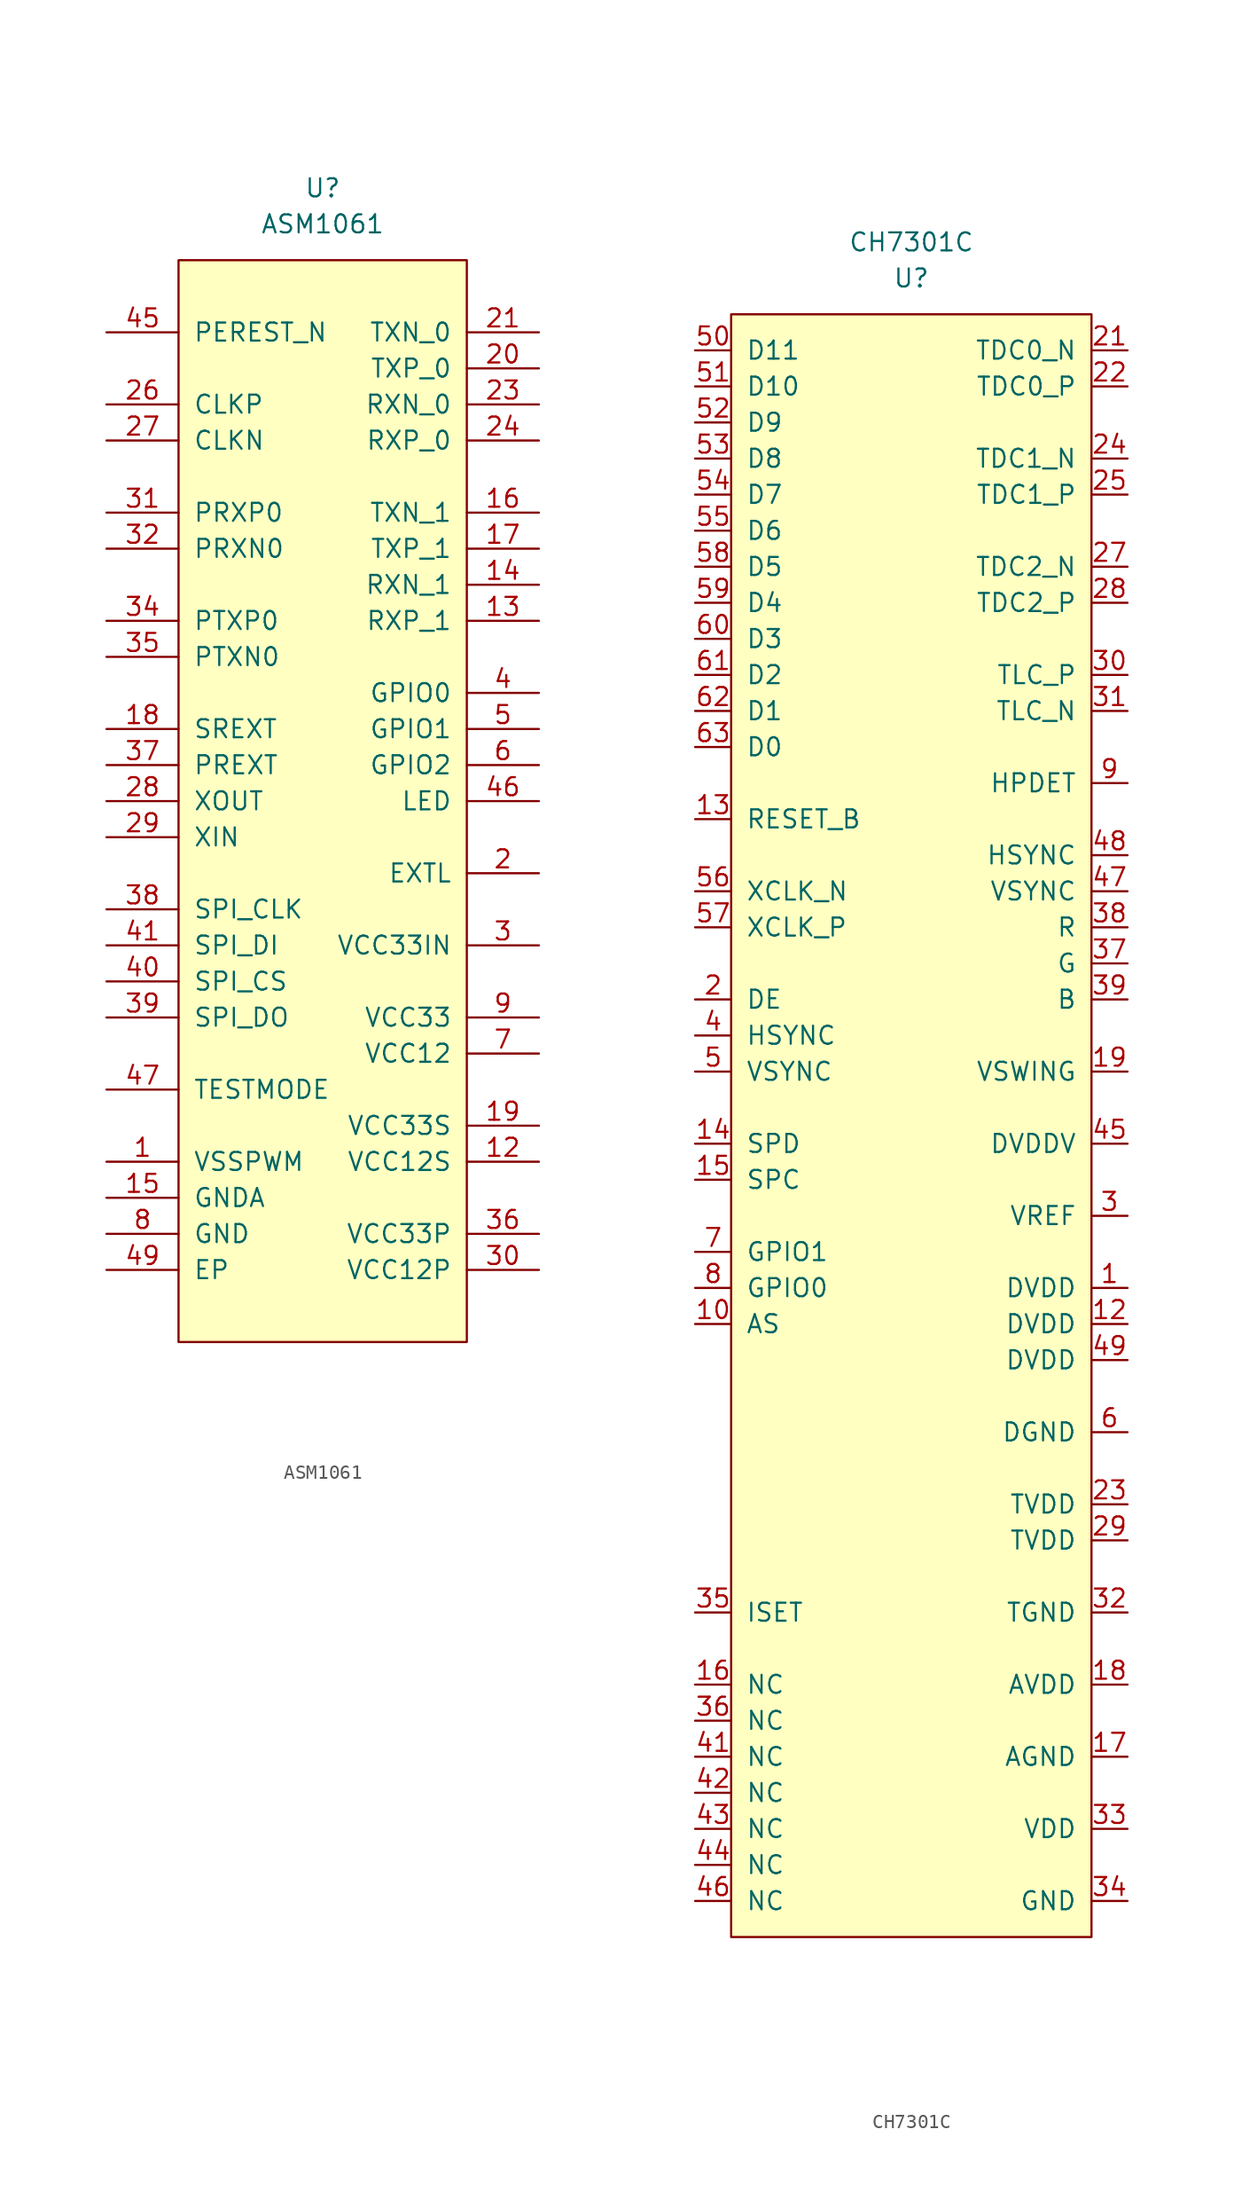
<source format=kicad_sym>
(kicad_symbol_lib
  (version 20211014)
  (generator kicad_symbol_editor)
  (symbol "ASM1061"
    (pin_names
      (offset 1.016))
    (property "Reference" "U"
      (at 0 0 0)
      (effects (font (size 1.27 1.27))))
    (property "Value" "ASM1061"
      (at 0 -2.54 0)
      (effects (font (size 1.27 1.27))))
    (symbol "ASM1061_0_1"
      (rectangle (start -10.16 -5.08) (end 10.16 -81.28) (stroke (width 0) (type default) (color 0 0 0 0)) (fill (type background))))
    (symbol "ASM1061_1_1"
      (pin power_in line (at -15.24 -68.58 0) (length 5.08) (name "VSSPWM" (effects (font (size 1.27 1.27)))) (number "1" (effects (font (size 1.27 1.27)))))
      (pin power_in line (at -15.24 -73.66 0) (length 5.08) hide (name "GND" (effects (font (size 1.27 1.27)))) (number "10" (effects (font (size 1.27 1.27)))))
      (pin power_in line (at 15.24 -60.96 180) (length 5.08) hide (name "VCC12" (effects (font (size 1.27 1.27)))) (number "11" (effects (font (size 1.27 1.27)))))
      (pin power_in line (at 15.24 -68.58 180) (length 5.08) (name "VCC12S" (effects (font (size 1.27 1.27)))) (number "12" (effects (font (size 1.27 1.27)))))
      (pin input line (at 15.24 -30.48 180) (length 5.08) (name "RXP_1" (effects (font (size 1.27 1.27)))) (number "13" (effects (font (size 1.27 1.27)))))
      (pin input line (at 15.24 -27.94 180) (length 5.08) (name "RXN_1" (effects (font (size 1.27 1.27)))) (number "14" (effects (font (size 1.27 1.27)))))
      (pin power_in line (at -15.24 -71.12 0) (length 5.08) (name "GNDA" (effects (font (size 1.27 1.27)))) (number "15" (effects (font (size 1.27 1.27)))))
      (pin output line (at 15.24 -22.86 180) (length 5.08) (name "TXN_1" (effects (font (size 1.27 1.27)))) (number "16" (effects (font (size 1.27 1.27)))))
      (pin output line (at 15.24 -25.4 180) (length 5.08) (name "TXP_1" (effects (font (size 1.27 1.27)))) (number "17" (effects (font (size 1.27 1.27)))))
      (pin bidirectional line (at -15.24 -38.1 0) (length 5.08) (name "SREXT" (effects (font (size 1.27 1.27)))) (number "18" (effects (font (size 1.27 1.27)))))
      (pin power_in line (at 15.24 -66.04 180) (length 5.08) (name "VCC33S" (effects (font (size 1.27 1.27)))) (number "19" (effects (font (size 1.27 1.27)))))
      (pin power_out line (at 15.24 -48.26 180) (length 5.08) (name "EXTL" (effects (font (size 1.27 1.27)))) (number "2" (effects (font (size 1.27 1.27)))))
      (pin output line (at 15.24 -12.7 180) (length 5.08) (name "TXP_0" (effects (font (size 1.27 1.27)))) (number "20" (effects (font (size 1.27 1.27)))))
      (pin output line (at 15.24 -10.16 180) (length 5.08) (name "TXN_0" (effects (font (size 1.27 1.27)))) (number "21" (effects (font (size 1.27 1.27)))))
      (pin power_in line (at -15.24 -71.12 0) (length 5.08) hide (name "GNDA" (effects (font (size 1.27 1.27)))) (number "22" (effects (font (size 1.27 1.27)))))
      (pin input line (at 15.24 -15.24 180) (length 5.08) (name "RXN_0" (effects (font (size 1.27 1.27)))) (number "23" (effects (font (size 1.27 1.27)))))
      (pin input line (at 15.24 -17.78 180) (length 5.08) (name "RXP_0" (effects (font (size 1.27 1.27)))) (number "24" (effects (font (size 1.27 1.27)))))
      (pin power_in line (at 15.24 -68.58 180) (length 5.08) hide (name "VCC12S" (effects (font (size 1.27 1.27)))) (number "25" (effects (font (size 1.27 1.27)))))
      (pin input line (at -15.24 -15.24 0) (length 5.08) (name "CLKP" (effects (font (size 1.27 1.27)))) (number "26" (effects (font (size 1.27 1.27)))))
      (pin input line (at -15.24 -17.78 0) (length 5.08) (name "CLKN" (effects (font (size 1.27 1.27)))) (number "27" (effects (font (size 1.27 1.27)))))
      (pin output line (at -15.24 -43.18 0) (length 5.08) (name "XOUT" (effects (font (size 1.27 1.27)))) (number "28" (effects (font (size 1.27 1.27)))))
      (pin input line (at -15.24 -45.72 0) (length 5.08) (name "XIN" (effects (font (size 1.27 1.27)))) (number "29" (effects (font (size 1.27 1.27)))))
      (pin input line (at 15.24 -53.34 180) (length 5.08) (name "VCC33IN" (effects (font (size 1.27 1.27)))) (number "3" (effects (font (size 1.27 1.27)))))
      (pin power_in line (at 15.24 -76.2 180) (length 5.08) (name "VCC12P" (effects (font (size 1.27 1.27)))) (number "30" (effects (font (size 1.27 1.27)))))
      (pin input line (at -15.24 -22.86 0) (length 5.08) (name "PRXP0" (effects (font (size 1.27 1.27)))) (number "31" (effects (font (size 1.27 1.27)))))
      (pin input line (at -15.24 -25.4 0) (length 5.08) (name "PRXN0" (effects (font (size 1.27 1.27)))) (number "32" (effects (font (size 1.27 1.27)))))
      (pin power_in line (at -15.24 -71.12 0) (length 5.08) hide (name "GNDA" (effects (font (size 1.27 1.27)))) (number "33" (effects (font (size 1.27 1.27)))))
      (pin output line (at -15.24 -30.48 0) (length 5.08) (name "PTXP0" (effects (font (size 1.27 1.27)))) (number "34" (effects (font (size 1.27 1.27)))))
      (pin output line (at -15.24 -33.02 0) (length 5.08) (name "PTXN0" (effects (font (size 1.27 1.27)))) (number "35" (effects (font (size 1.27 1.27)))))
      (pin power_in line (at 15.24 -73.66 180) (length 5.08) (name "VCC33P" (effects (font (size 1.27 1.27)))) (number "36" (effects (font (size 1.27 1.27)))))
      (pin bidirectional line (at -15.24 -40.64 0) (length 5.08) (name "PREXT" (effects (font (size 1.27 1.27)))) (number "37" (effects (font (size 1.27 1.27)))))
      (pin output line (at -15.24 -50.8 0) (length 5.08) (name "SPI_CLK" (effects (font (size 1.27 1.27)))) (number "38" (effects (font (size 1.27 1.27)))))
      (pin output line (at -15.24 -58.42 0) (length 5.08) (name "SPI_DO" (effects (font (size 1.27 1.27)))) (number "39" (effects (font (size 1.27 1.27)))))
      (pin bidirectional line (at 15.24 -35.56 180) (length 5.08) (name "GPIO0" (effects (font (size 1.27 1.27)))) (number "4" (effects (font (size 1.27 1.27)))))
      (pin output line (at -15.24 -55.88 0) (length 5.08) (name "SPI_CS" (effects (font (size 1.27 1.27)))) (number "40" (effects (font (size 1.27 1.27)))))
      (pin input line (at -15.24 -53.34 0) (length 5.08) (name "SPI_DI" (effects (font (size 1.27 1.27)))) (number "41" (effects (font (size 1.27 1.27)))))
      (pin power_in line (at -15.24 -73.66 0) (length 5.08) hide (name "GND" (effects (font (size 1.27 1.27)))) (number "42" (effects (font (size 1.27 1.27)))))
      (pin power_in line (at 15.24 -60.96 180) (length 5.08) hide (name "VCC12" (effects (font (size 1.27 1.27)))) (number "43" (effects (font (size 1.27 1.27)))))
      (pin power_in line (at 15.24 -58.42 180) (length 5.08) hide (name "VCC33" (effects (font (size 1.27 1.27)))) (number "44" (effects (font (size 1.27 1.27)))))
      (pin input line (at -15.24 -10.16 0) (length 5.08) (name "PEREST_N" (effects (font (size 1.27 1.27)))) (number "45" (effects (font (size 1.27 1.27)))))
      (pin output line (at 15.24 -43.18 180) (length 5.08) (name "LED" (effects (font (size 1.27 1.27)))) (number "46" (effects (font (size 1.27 1.27)))))
      (pin input line (at -15.24 -63.5 0) (length 5.08) (name "TESTMODE" (effects (font (size 1.27 1.27)))) (number "47" (effects (font (size 1.27 1.27)))))
      (pin power_in line (at 15.24 -60.96 180) (length 5.08) hide (name "VCC12" (effects (font (size 1.27 1.27)))) (number "48" (effects (font (size 1.27 1.27)))))
      (pin power_in line (at -15.24 -76.2 0) (length 5.08) (name "EP" (effects (font (size 1.27 1.27)))) (number "49" (effects (font (size 1.27 1.27)))))
      (pin bidirectional line (at 15.24 -38.1 180) (length 5.08) (name "GPIO1" (effects (font (size 1.27 1.27)))) (number "5" (effects (font (size 1.27 1.27)))))
      (pin bidirectional line (at 15.24 -40.64 180) (length 5.08) (name "GPIO2" (effects (font (size 1.27 1.27)))) (number "6" (effects (font (size 1.27 1.27)))))
      (pin power_in line (at 15.24 -60.96 180) (length 5.08) (name "VCC12" (effects (font (size 1.27 1.27)))) (number "7" (effects (font (size 1.27 1.27)))))
      (pin power_in line (at -15.24 -73.66 0) (length 5.08) (name "GND" (effects (font (size 1.27 1.27)))) (number "8" (effects (font (size 1.27 1.27)))))
      (pin power_in line (at 15.24 -58.42 180) (length 5.08) (name "VCC33" (effects (font (size 1.27 1.27)))) (number "9" (effects (font (size 1.27 1.27)))))))
  (symbol "CH7301C"
    (pin_names
      (offset 1.016))
    (property "Reference" "U"
      (at 0 0 0)
      (effects (font (size 1.27 1.27))))
    (property "Value" "CH7301C"
      (at 0 2.54 0)
      (effects (font (size 1.27 1.27))))
    (symbol "CH7301C_0_1"
      (rectangle (start -12.7 -2.54) (end 12.7 -116.84) (stroke (width 0) (type default) (color 0 0 0 0)) (fill (type background))))
    (symbol "CH7301C_1_1"
      (pin power_in line (at 15.24 -71.12 180) (length 2.54) (name "DVDD" (effects (font (size 1.27 1.27)))) (number "1" (effects (font (size 1.27 1.27)))))
      (pin bidirectional line (at -15.24 -73.66 0) (length 2.54) (name "AS" (effects (font (size 1.27 1.27)))) (number "10" (effects (font (size 1.27 1.27)))))
      (pin power_in line (at 15.24 -81.28 180) (length 2.54) hide (name "DGND" (effects (font (size 1.27 1.27)))) (number "11" (effects (font (size 1.27 1.27)))))
      (pin power_in line (at 15.24 -73.66 180) (length 2.54) (name "DVDD" (effects (font (size 1.27 1.27)))) (number "12" (effects (font (size 1.27 1.27)))))
      (pin input line (at -15.24 -38.1 0) (length 2.54) (name "RESET_B" (effects (font (size 1.27 1.27)))) (number "13" (effects (font (size 1.27 1.27)))))
      (pin bidirectional line (at -15.24 -60.96 0) (length 2.54) (name "SPD" (effects (font (size 1.27 1.27)))) (number "14" (effects (font (size 1.27 1.27)))))
      (pin bidirectional line (at -15.24 -63.5 0) (length 2.54) (name "SPC" (effects (font (size 1.27 1.27)))) (number "15" (effects (font (size 1.27 1.27)))))
      (pin unspecified line (at -15.24 -99.06 0) (length 2.54) (name "NC" (effects (font (size 1.27 1.27)))) (number "16" (effects (font (size 1.27 1.27)))))
      (pin power_in line (at 15.24 -104.14 180) (length 2.54) (name "AGND" (effects (font (size 1.27 1.27)))) (number "17" (effects (font (size 1.27 1.27)))))
      (pin power_in line (at 15.24 -99.06 180) (length 2.54) (name "AVDD" (effects (font (size 1.27 1.27)))) (number "18" (effects (font (size 1.27 1.27)))))
      (pin input line (at 15.24 -55.88 180) (length 2.54) (name "VSWING" (effects (font (size 1.27 1.27)))) (number "19" (effects (font (size 1.27 1.27)))))
      (pin input line (at -15.24 -50.8 0) (length 2.54) (name "DE" (effects (font (size 1.27 1.27)))) (number "2" (effects (font (size 1.27 1.27)))))
      (pin output line (at 15.24 -5.08 180) (length 2.54) (name "TDC0_N" (effects (font (size 1.27 1.27)))) (number "21" (effects (font (size 1.27 1.27)))))
      (pin output line (at 15.24 -7.62 180) (length 2.54) (name "TDC0_P" (effects (font (size 1.27 1.27)))) (number "22" (effects (font (size 1.27 1.27)))))
      (pin power_in line (at 15.24 -86.36 180) (length 2.54) (name "TVDD" (effects (font (size 1.27 1.27)))) (number "23" (effects (font (size 1.27 1.27)))))
      (pin output line (at 15.24 -12.7 180) (length 2.54) (name "TDC1_N" (effects (font (size 1.27 1.27)))) (number "24" (effects (font (size 1.27 1.27)))))
      (pin output line (at 15.24 -15.24 180) (length 2.54) (name "TDC1_P" (effects (font (size 1.27 1.27)))) (number "25" (effects (font (size 1.27 1.27)))))
      (pin power_in line (at 15.24 -93.98 180) (length 2.54) hide (name "TGND" (effects (font (size 1.27 1.27)))) (number "26" (effects (font (size 1.27 1.27)))))
      (pin output line (at 15.24 -20.32 180) (length 2.54) (name "TDC2_N" (effects (font (size 1.27 1.27)))) (number "27" (effects (font (size 1.27 1.27)))))
      (pin output line (at 15.24 -22.86 180) (length 2.54) (name "TDC2_P" (effects (font (size 1.27 1.27)))) (number "28" (effects (font (size 1.27 1.27)))))
      (pin power_in line (at 15.24 -88.9 180) (length 2.54) (name "TVDD" (effects (font (size 1.27 1.27)))) (number "29" (effects (font (size 1.27 1.27)))))
      (pin power_in line (at 15.24 -66.04 180) (length 2.54) (name "VREF" (effects (font (size 1.27 1.27)))) (number "3" (effects (font (size 1.27 1.27)))))
      (pin output line (at 15.24 -27.94 180) (length 2.54) (name "TLC_P" (effects (font (size 1.27 1.27)))) (number "30" (effects (font (size 1.27 1.27)))))
      (pin output line (at 15.24 -30.48 180) (length 2.54) (name "TLC_N" (effects (font (size 1.27 1.27)))) (number "31" (effects (font (size 1.27 1.27)))))
      (pin power_in line (at 15.24 -93.98 180) (length 2.54) (name "TGND" (effects (font (size 1.27 1.27)))) (number "32" (effects (font (size 1.27 1.27)))))
      (pin power_in line (at 15.24 -93.98 180) (length 2.54) hide (name "TGND" (effects (font (size 1.27 1.27)))) (number "32" (effects (font (size 1.27 1.27)))))
      (pin power_in line (at 15.24 -109.22 180) (length 2.54) (name "VDD" (effects (font (size 1.27 1.27)))) (number "33" (effects (font (size 1.27 1.27)))))
      (pin power_in line (at 15.24 -114.3 180) (length 2.54) (name "GND" (effects (font (size 1.27 1.27)))) (number "34" (effects (font (size 1.27 1.27)))))
      (pin unspecified line (at -15.24 -93.98 0) (length 2.54) (name "ISET" (effects (font (size 1.27 1.27)))) (number "35" (effects (font (size 1.27 1.27)))))
      (pin unspecified line (at -15.24 -101.6 0) (length 2.54) (name "NC" (effects (font (size 1.27 1.27)))) (number "36" (effects (font (size 1.27 1.27)))))
      (pin output line (at 15.24 -48.26 180) (length 2.54) (name "G" (effects (font (size 1.27 1.27)))) (number "37" (effects (font (size 1.27 1.27)))))
      (pin output line (at 15.24 -45.72 180) (length 2.54) (name "R" (effects (font (size 1.27 1.27)))) (number "38" (effects (font (size 1.27 1.27)))))
      (pin output line (at 15.24 -50.8 180) (length 2.54) (name "B" (effects (font (size 1.27 1.27)))) (number "39" (effects (font (size 1.27 1.27)))))
      (pin input line (at -15.24 -53.34 0) (length 2.54) (name "HSYNC" (effects (font (size 1.27 1.27)))) (number "4" (effects (font (size 1.27 1.27)))))
      (pin power_in line (at 15.24 -114.3 180) (length 2.54) hide (name "GND" (effects (font (size 1.27 1.27)))) (number "40" (effects (font (size 1.27 1.27)))))
      (pin unspecified line (at -15.24 -104.14 0) (length 2.54) (name "NC" (effects (font (size 1.27 1.27)))) (number "41" (effects (font (size 1.27 1.27)))))
      (pin unspecified line (at -15.24 -106.68 0) (length 2.54) (name "NC" (effects (font (size 1.27 1.27)))) (number "42" (effects (font (size 1.27 1.27)))))
      (pin unspecified line (at -15.24 -109.22 0) (length 2.54) (name "NC" (effects (font (size 1.27 1.27)))) (number "43" (effects (font (size 1.27 1.27)))))
      (pin unspecified line (at -15.24 -111.76 0) (length 2.54) (name "NC" (effects (font (size 1.27 1.27)))) (number "44" (effects (font (size 1.27 1.27)))))
      (pin power_in line (at 15.24 -60.96 180) (length 2.54) (name "DVDDV" (effects (font (size 1.27 1.27)))) (number "45" (effects (font (size 1.27 1.27)))))
      (pin unspecified line (at -15.24 -114.3 0) (length 2.54) (name "NC" (effects (font (size 1.27 1.27)))) (number "46" (effects (font (size 1.27 1.27)))))
      (pin output line (at 15.24 -43.18 180) (length 2.54) (name "VSYNC" (effects (font (size 1.27 1.27)))) (number "47" (effects (font (size 1.27 1.27)))))
      (pin output line (at 15.24 -40.64 180) (length 2.54) (name "HSYNC" (effects (font (size 1.27 1.27)))) (number "48" (effects (font (size 1.27 1.27)))))
      (pin power_in line (at 15.24 -76.2 180) (length 2.54) (name "DVDD" (effects (font (size 1.27 1.27)))) (number "49" (effects (font (size 1.27 1.27)))))
      (pin input line (at -15.24 -55.88 0) (length 2.54) (name "VSYNC" (effects (font (size 1.27 1.27)))) (number "5" (effects (font (size 1.27 1.27)))))
      (pin input line (at -15.24 -5.08 0) (length 2.54) (name "D11" (effects (font (size 1.27 1.27)))) (number "50" (effects (font (size 1.27 1.27)))))
      (pin input line (at -15.24 -7.62 0) (length 2.54) (name "D10" (effects (font (size 1.27 1.27)))) (number "51" (effects (font (size 1.27 1.27)))))
      (pin input line (at -15.24 -10.16 0) (length 2.54) (name "D9" (effects (font (size 1.27 1.27)))) (number "52" (effects (font (size 1.27 1.27)))))
      (pin input line (at -15.24 -12.7 0) (length 2.54) (name "D8" (effects (font (size 1.27 1.27)))) (number "53" (effects (font (size 1.27 1.27)))))
      (pin input line (at -15.24 -15.24 0) (length 2.54) (name "D7" (effects (font (size 1.27 1.27)))) (number "54" (effects (font (size 1.27 1.27)))))
      (pin input line (at -15.24 -17.78 0) (length 2.54) (name "D6" (effects (font (size 1.27 1.27)))) (number "55" (effects (font (size 1.27 1.27)))))
      (pin input line (at -15.24 -43.18 0) (length 2.54) (name "XCLK_N" (effects (font (size 1.27 1.27)))) (number "56" (effects (font (size 1.27 1.27)))))
      (pin input line (at -15.24 -45.72 0) (length 2.54) (name "XCLK_P" (effects (font (size 1.27 1.27)))) (number "57" (effects (font (size 1.27 1.27)))))
      (pin input line (at -15.24 -20.32 0) (length 2.54) (name "D5" (effects (font (size 1.27 1.27)))) (number "58" (effects (font (size 1.27 1.27)))))
      (pin input line (at -15.24 -22.86 0) (length 2.54) (name "D4" (effects (font (size 1.27 1.27)))) (number "59" (effects (font (size 1.27 1.27)))))
      (pin power_in line (at 15.24 -81.28 180) (length 2.54) (name "DGND" (effects (font (size 1.27 1.27)))) (number "6" (effects (font (size 1.27 1.27)))))
      (pin input line (at -15.24 -25.4 0) (length 2.54) (name "D3" (effects (font (size 1.27 1.27)))) (number "60" (effects (font (size 1.27 1.27)))))
      (pin input line (at -15.24 -27.94 0) (length 2.54) (name "D2" (effects (font (size 1.27 1.27)))) (number "61" (effects (font (size 1.27 1.27)))))
      (pin input line (at -15.24 -30.48 0) (length 2.54) (name "D1" (effects (font (size 1.27 1.27)))) (number "62" (effects (font (size 1.27 1.27)))))
      (pin input line (at -15.24 -33.02 0) (length 2.54) (name "D0" (effects (font (size 1.27 1.27)))) (number "63" (effects (font (size 1.27 1.27)))))
      (pin power_in line (at 15.24 -81.28 180) (length 2.54) hide (name "DGND" (effects (font (size 1.27 1.27)))) (number "64" (effects (font (size 1.27 1.27)))))
      (pin bidirectional line (at -15.24 -68.58 0) (length 2.54) (name "GPIO1" (effects (font (size 1.27 1.27)))) (number "7" (effects (font (size 1.27 1.27)))))
      (pin bidirectional line (at -15.24 -71.12 0) (length 2.54) (name "GPIO0" (effects (font (size 1.27 1.27)))) (number "8" (effects (font (size 1.27 1.27)))))
      (pin output line (at 15.24 -35.56 180) (length 2.54) (name "HPDET" (effects (font (size 1.27 1.27)))) (number "9" (effects (font (size 1.27 1.27))))))))
</source>
